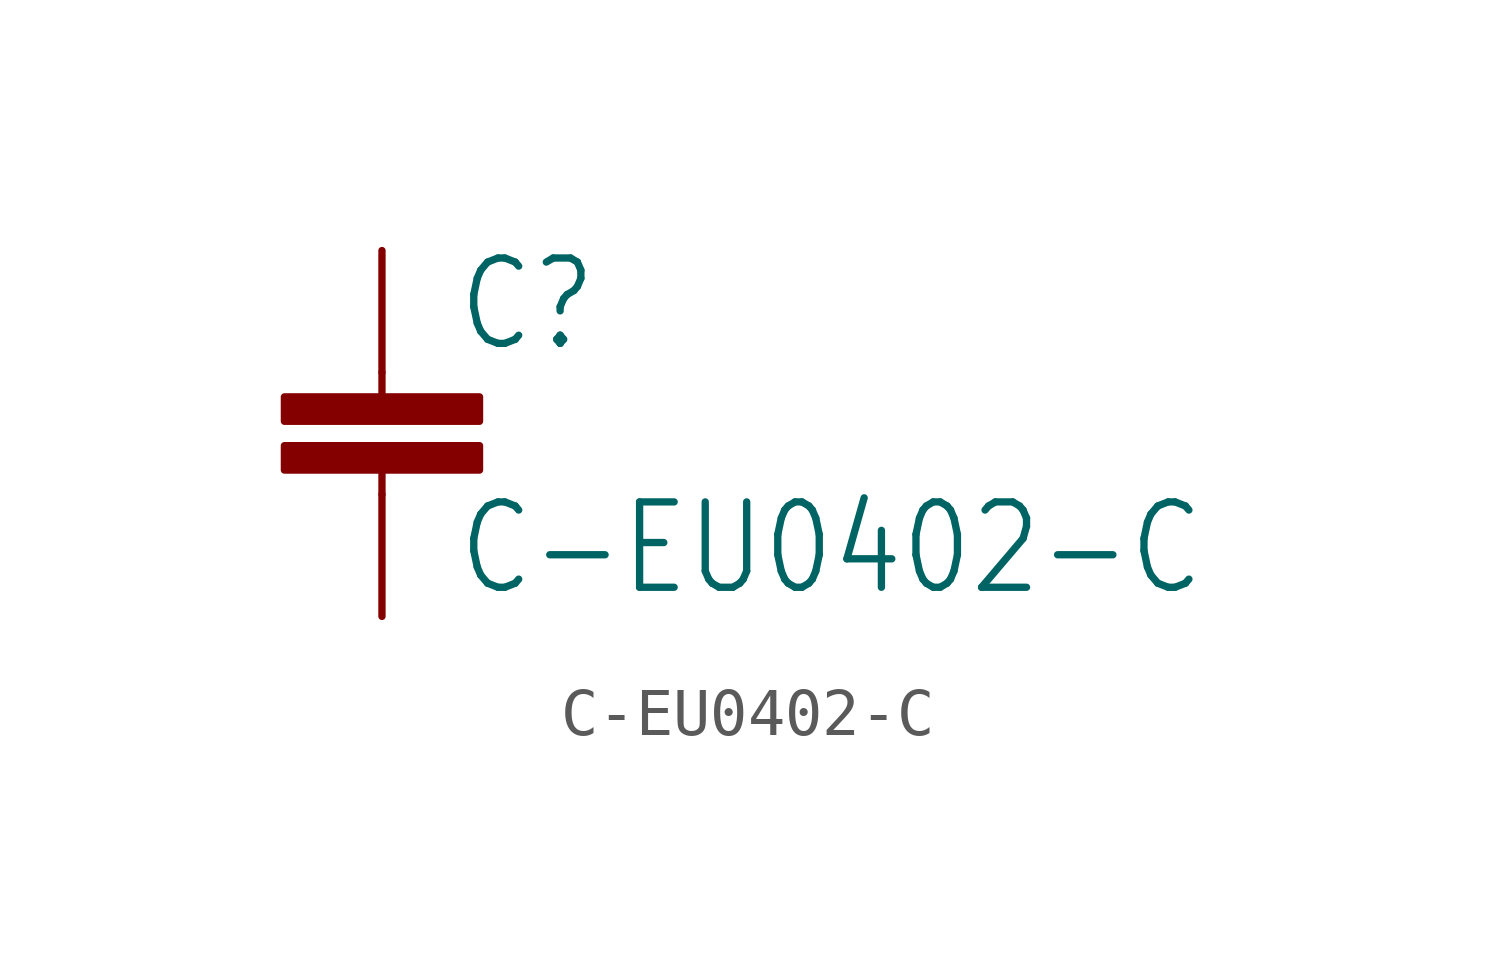
<source format=kicad_sym>
(kicad_symbol_lib
  (version 20211014)
  (generator kicad_symbol_editor)
  (symbol "C-EU0402-C"
    (property "Reference" "C"
      (at 1.524 0.381 0)
      (effects (font (size 1.778 1.511)) (justify left bottom)))
    (property "Value" "C-EU0402-C"
      (at 1.524 -4.699 0)
      (effects (font (size 1.778 1.511)) (justify left bottom)))
    (property "ki_locked" ""
      (at 0 0 0)
      (effects (font (size 1.27 1.27))))
    (symbol "C-EU0402-C_1_0"
      (rectangle (start -2.032 -2.032) (end 2.032 -1.524) (stroke (width 0) (type default) (color 0 0 0 0)) (fill (type outline)))
      (rectangle (start -2.032 -1.016) (end 2.032 -0.508) (stroke (width 0) (type default) (color 0 0 0 0)) (fill (type outline)))
      (polyline (pts (xy 0 -2.54) (xy 0 -2.032)) (stroke (width 0.152) (type default) (color 0 0 0 0)) (fill (type none)))
      (polyline (pts (xy 0 0) (xy 0 -0.508)) (stroke (width 0.152) (type default) (color 0 0 0 0)) (fill (type none)))
      (pin passive line (at 0 2.54 270) (length 2.54) (name "1" (effects (font (size 0 0)))) (number "1" (effects (font (size 0 0)))))
      (pin passive line (at 0 -5.08 90) (length 2.54) (name "2" (effects (font (size 0 0)))) (number "2" (effects (font (size 0 0))))))))
</source>
